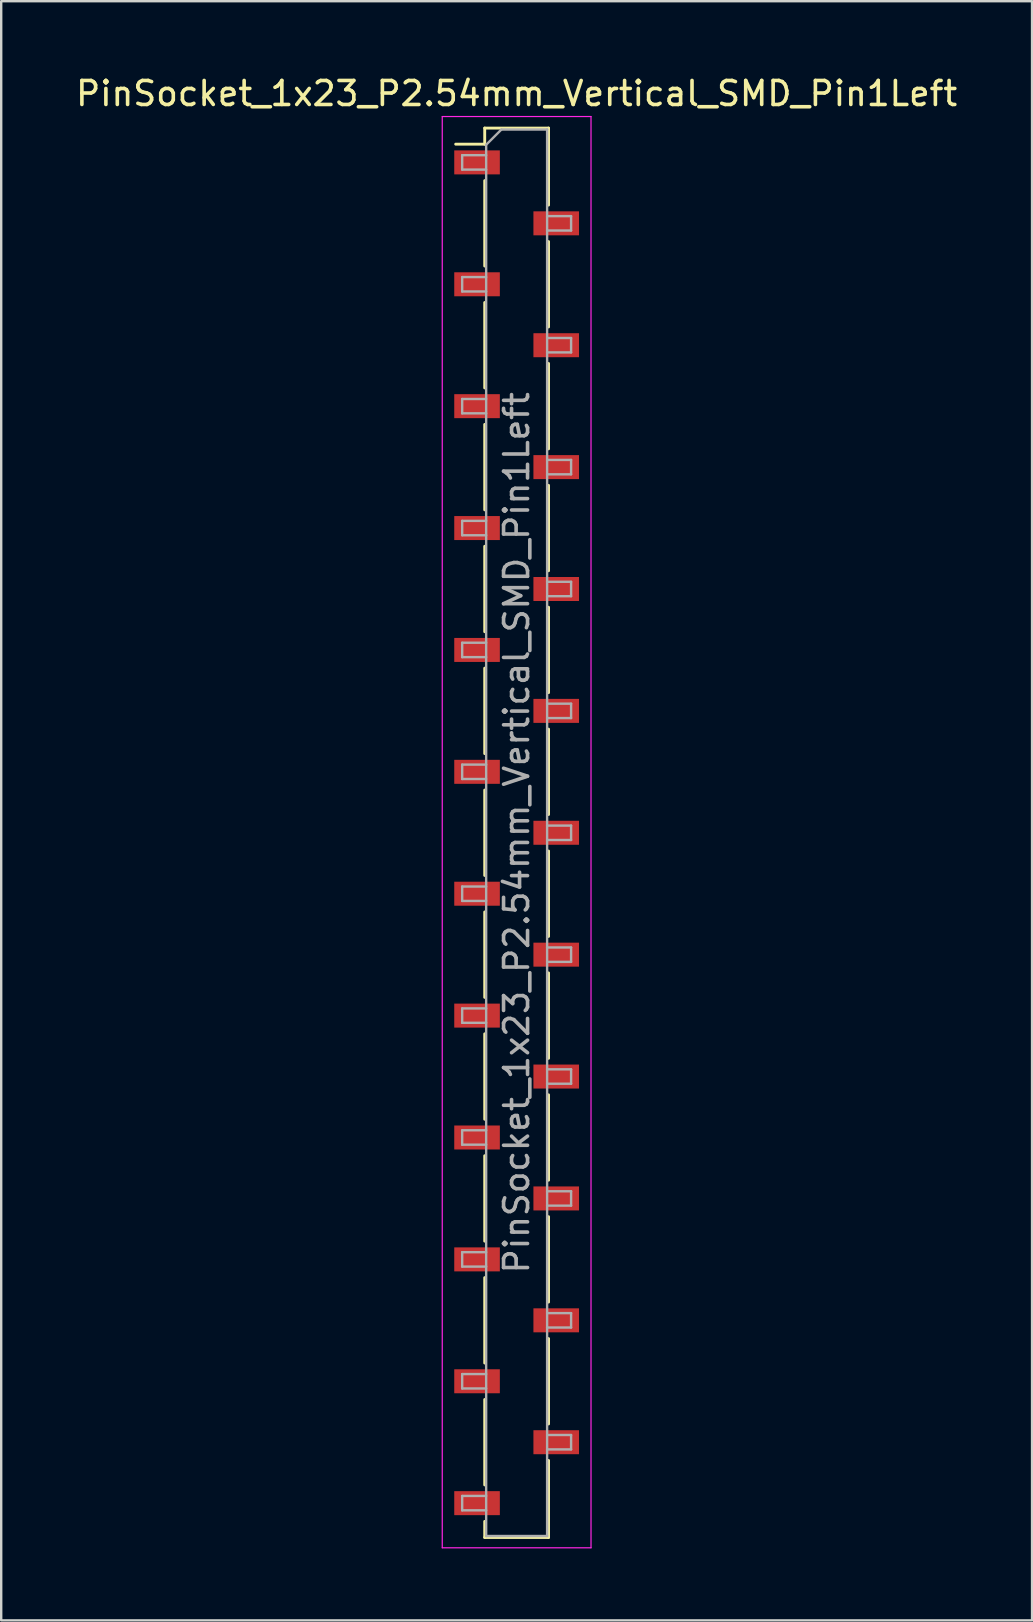
<source format=kicad_pcb>
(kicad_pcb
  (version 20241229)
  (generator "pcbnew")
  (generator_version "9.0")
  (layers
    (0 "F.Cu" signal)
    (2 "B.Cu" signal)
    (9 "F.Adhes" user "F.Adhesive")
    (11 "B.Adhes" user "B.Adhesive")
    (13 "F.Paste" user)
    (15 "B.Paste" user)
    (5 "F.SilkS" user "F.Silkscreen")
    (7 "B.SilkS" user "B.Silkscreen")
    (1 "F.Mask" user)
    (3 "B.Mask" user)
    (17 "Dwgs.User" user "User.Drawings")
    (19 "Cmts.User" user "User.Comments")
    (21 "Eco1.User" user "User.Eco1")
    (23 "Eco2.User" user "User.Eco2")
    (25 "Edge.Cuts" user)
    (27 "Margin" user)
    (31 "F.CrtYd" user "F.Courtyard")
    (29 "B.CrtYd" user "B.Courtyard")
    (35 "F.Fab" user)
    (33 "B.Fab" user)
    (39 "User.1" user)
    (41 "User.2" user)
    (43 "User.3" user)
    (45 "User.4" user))
  (footprint "PinSocket_1x23_P2.54mm_Vertical_SMD_Pin1Left"
    (layer "F.Cu")
    (at 18.482 31.658)
    (property "Reference" "PinSocket_1x23_P2.54mm_Vertical_SMD_Pin1Left" (at 0 -30.81 0) (layer "F.SilkS") (effects (font (size 1 1) (thickness 0.15))))
    (attr smd)
    (fp_line (start -2.54 -28.7) (end -1.33 -28.7) (stroke (width 0.12) (type solid)) (layer "F.SilkS"))
    (fp_line (start -1.33 -29.37) (end -1.33 -28.7) (stroke (width 0.12) (type solid)) (layer "F.SilkS"))
    (fp_line (start -1.33 -29.37) (end 1.33 -29.37) (stroke (width 0.12) (type solid)) (layer "F.SilkS"))
    (fp_line (start -1.33 -27.18) (end -1.33 -23.62) (stroke (width 0.12) (type solid)) (layer "F.SilkS"))
    (fp_line (start -1.33 -22.1) (end -1.33 -18.54) (stroke (width 0.12) (type solid)) (layer "F.SilkS"))
    (fp_line (start -1.33 -17.02) (end -1.33 -13.46) (stroke (width 0.12) (type solid)) (layer "F.SilkS"))
    (fp_line (start -1.33 -11.94) (end -1.33 -8.38) (stroke (width 0.12) (type solid)) (layer "F.SilkS"))
    (fp_line (start -1.33 -6.86) (end -1.33 -3.3) (stroke (width 0.12) (type solid)) (layer "F.SilkS"))
    (fp_line (start -1.33 -1.78) (end -1.33 1.78) (stroke (width 0.12) (type solid)) (layer "F.SilkS"))
    (fp_line (start -1.33 3.3) (end -1.33 6.86) (stroke (width 0.12) (type solid)) (layer "F.SilkS"))
    (fp_line (start -1.33 8.38) (end -1.33 11.94) (stroke (width 0.12) (type solid)) (layer "F.SilkS"))
    (fp_line (start -1.33 13.46) (end -1.33 17.02) (stroke (width 0.12) (type solid)) (layer "F.SilkS"))
    (fp_line (start -1.33 18.54) (end -1.33 22.1) (stroke (width 0.12) (type solid)) (layer "F.SilkS"))
    (fp_line (start -1.33 23.62) (end -1.33 27.18) (stroke (width 0.12) (type solid)) (layer "F.SilkS"))
    (fp_line (start -1.33 28.7) (end -1.33 29.37) (stroke (width 0.12) (type solid)) (layer "F.SilkS"))
    (fp_line (start -1.33 29.37) (end 1.33 29.37) (stroke (width 0.12) (type solid)) (layer "F.SilkS"))
    (fp_line (start 1.33 -29.37) (end 1.33 -26.16) (stroke (width 0.12) (type solid)) (layer "F.SilkS"))
    (fp_line (start 1.33 -24.64) (end 1.33 -21.08) (stroke (width 0.12) (type solid)) (layer "F.SilkS"))
    (fp_line (start 1.33 -19.56) (end 1.33 -16) (stroke (width 0.12) (type solid)) (layer "F.SilkS"))
    (fp_line (start 1.33 -14.48) (end 1.33 -10.92) (stroke (width 0.12) (type solid)) (layer "F.SilkS"))
    (fp_line (start 1.33 -9.4) (end 1.33 -5.84) (stroke (width 0.12) (type solid)) (layer "F.SilkS"))
    (fp_line (start 1.33 -4.32) (end 1.33 -0.76) (stroke (width 0.12) (type solid)) (layer "F.SilkS"))
    (fp_line (start 1.33 0.76) (end 1.33 4.32) (stroke (width 0.12) (type solid)) (layer "F.SilkS"))
    (fp_line (start 1.33 5.84) (end 1.33 9.4) (stroke (width 0.12) (type solid)) (layer "F.SilkS"))
    (fp_line (start 1.33 10.92) (end 1.33 14.48) (stroke (width 0.12) (type solid)) (layer "F.SilkS"))
    (fp_line (start 1.33 16) (end 1.33 19.56) (stroke (width 0.12) (type solid)) (layer "F.SilkS"))
    (fp_line (start 1.33 21.08) (end 1.33 24.64) (stroke (width 0.12) (type solid)) (layer "F.SilkS"))
    (fp_line (start 1.33 26.16) (end 1.33 29.37) (stroke (width 0.12) (type solid)) (layer "F.SilkS"))
    (fp_line (start -3.1 -29.85) (end 3.1 -29.85) (stroke (width 0.05) (type solid)) (layer "F.CrtYd"))
    (fp_line (start -3.1 29.8) (end -3.1 -29.85) (stroke (width 0.05) (type solid)) (layer "F.CrtYd"))
    (fp_line (start 3.1 -29.85) (end 3.1 29.8) (stroke (width 0.05) (type solid)) (layer "F.CrtYd"))
    (fp_line (start 3.1 29.8) (end -3.1 29.8) (stroke (width 0.05) (type solid)) (layer "F.CrtYd"))
    (fp_line (start -2.27 -28.24) (end -1.27 -28.24) (stroke (width 0.1) (type solid)) (layer "F.Fab"))
    (fp_line (start -2.27 -27.64) (end -2.27 -28.24) (stroke (width 0.1) (type solid)) (layer "F.Fab"))
    (fp_line (start -2.27 -23.16) (end -1.27 -23.16) (stroke (width 0.1) (type solid)) (layer "F.Fab"))
    (fp_line (start -2.27 -22.56) (end -2.27 -23.16) (stroke (width 0.1) (type solid)) (layer "F.Fab"))
    (fp_line (start -2.27 -18.08) (end -1.27 -18.08) (stroke (width 0.1) (type solid)) (layer "F.Fab"))
    (fp_line (start -2.27 -17.48) (end -2.27 -18.08) (stroke (width 0.1) (type solid)) (layer "F.Fab"))
    (fp_line (start -2.27 -13) (end -1.27 -13) (stroke (width 0.1) (type solid)) (layer "F.Fab"))
    (fp_line (start -2.27 -12.4) (end -2.27 -13) (stroke (width 0.1) (type solid)) (layer "F.Fab"))
    (fp_line (start -2.27 -7.92) (end -1.27 -7.92) (stroke (width 0.1) (type solid)) (layer "F.Fab"))
    (fp_line (start -2.27 -7.32) (end -2.27 -7.92) (stroke (width 0.1) (type solid)) (layer "F.Fab"))
    (fp_line (start -2.27 -2.84) (end -1.27 -2.84) (stroke (width 0.1) (type solid)) (layer "F.Fab"))
    (fp_line (start -2.27 -2.24) (end -2.27 -2.84) (stroke (width 0.1) (type solid)) (layer "F.Fab"))
    (fp_line (start -2.27 2.24) (end -1.27 2.24) (stroke (width 0.1) (type solid)) (layer "F.Fab"))
    (fp_line (start -2.27 2.84) (end -2.27 2.24) (stroke (width 0.1) (type solid)) (layer "F.Fab"))
    (fp_line (start -2.27 7.32) (end -1.27 7.32) (stroke (width 0.1) (type solid)) (layer "F.Fab"))
    (fp_line (start -2.27 7.92) (end -2.27 7.32) (stroke (width 0.1) (type solid)) (layer "F.Fab"))
    (fp_line (start -2.27 12.4) (end -1.27 12.4) (stroke (width 0.1) (type solid)) (layer "F.Fab"))
    (fp_line (start -2.27 13) (end -2.27 12.4) (stroke (width 0.1) (type solid)) (layer "F.Fab"))
    (fp_line (start -2.27 17.48) (end -1.27 17.48) (stroke (width 0.1) (type solid)) (layer "F.Fab"))
    (fp_line (start -2.27 18.08) (end -2.27 17.48) (stroke (width 0.1) (type solid)) (layer "F.Fab"))
    (fp_line (start -2.27 22.56) (end -1.27 22.56) (stroke (width 0.1) (type solid)) (layer "F.Fab"))
    (fp_line (start -2.27 23.16) (end -2.27 22.56) (stroke (width 0.1) (type solid)) (layer "F.Fab"))
    (fp_line (start -2.27 27.64) (end -1.27 27.64) (stroke (width 0.1) (type solid)) (layer "F.Fab"))
    (fp_line (start -2.27 28.24) (end -2.27 27.64) (stroke (width 0.1) (type solid)) (layer "F.Fab"))
    (fp_line (start -1.27 -28.675) (end -0.635 -29.31) (stroke (width 0.1) (type solid)) (layer "F.Fab"))
    (fp_line (start -1.27 -27.64) (end -2.27 -27.64) (stroke (width 0.1) (type solid)) (layer "F.Fab"))
    (fp_line (start -1.27 -22.56) (end -2.27 -22.56) (stroke (width 0.1) (type solid)) (layer "F.Fab"))
    (fp_line (start -1.27 -17.48) (end -2.27 -17.48) (stroke (width 0.1) (type solid)) (layer "F.Fab"))
    (fp_line (start -1.27 -12.4) (end -2.27 -12.4) (stroke (width 0.1) (type solid)) (layer "F.Fab"))
    (fp_line (start -1.27 -7.32) (end -2.27 -7.32) (stroke (width 0.1) (type solid)) (layer "F.Fab"))
    (fp_line (start -1.27 -2.24) (end -2.27 -2.24) (stroke (width 0.1) (type solid)) (layer "F.Fab"))
    (fp_line (start -1.27 2.84) (end -2.27 2.84) (stroke (width 0.1) (type solid)) (layer "F.Fab"))
    (fp_line (start -1.27 7.92) (end -2.27 7.92) (stroke (width 0.1) (type solid)) (layer "F.Fab"))
    (fp_line (start -1.27 13) (end -2.27 13) (stroke (width 0.1) (type solid)) (layer "F.Fab"))
    (fp_line (start -1.27 18.08) (end -2.27 18.08) (stroke (width 0.1) (type solid)) (layer "F.Fab"))
    (fp_line (start -1.27 23.16) (end -2.27 23.16) (stroke (width 0.1) (type solid)) (layer "F.Fab"))
    (fp_line (start -1.27 28.24) (end -2.27 28.24) (stroke (width 0.1) (type solid)) (layer "F.Fab"))
    (fp_line (start -1.27 29.31) (end -1.27 -28.675) (stroke (width 0.1) (type solid)) (layer "F.Fab"))
    (fp_line (start -0.635 -29.31) (end 1.27 -29.31) (stroke (width 0.1) (type solid)) (layer "F.Fab"))
    (fp_line (start 1.27 -29.31) (end 1.27 29.31) (stroke (width 0.1) (type solid)) (layer "F.Fab"))
    (fp_line (start 1.27 -25.7) (end 2.27 -25.7) (stroke (width 0.1) (type solid)) (layer "F.Fab"))
    (fp_line (start 1.27 -20.62) (end 2.27 -20.62) (stroke (width 0.1) (type solid)) (layer "F.Fab"))
    (fp_line (start 1.27 -15.54) (end 2.27 -15.54) (stroke (width 0.1) (type solid)) (layer "F.Fab"))
    (fp_line (start 1.27 -10.46) (end 2.27 -10.46) (stroke (width 0.1) (type solid)) (layer "F.Fab"))
    (fp_line (start 1.27 -5.38) (end 2.27 -5.38) (stroke (width 0.1) (type solid)) (layer "F.Fab"))
    (fp_line (start 1.27 -0.3) (end 2.27 -0.3) (stroke (width 0.1) (type solid)) (layer "F.Fab"))
    (fp_line (start 1.27 4.78) (end 2.27 4.78) (stroke (width 0.1) (type solid)) (layer "F.Fab"))
    (fp_line (start 1.27 9.86) (end 2.27 9.86) (stroke (width 0.1) (type solid)) (layer "F.Fab"))
    (fp_line (start 1.27 14.94) (end 2.27 14.94) (stroke (width 0.1) (type solid)) (layer "F.Fab"))
    (fp_line (start 1.27 20.02) (end 2.27 20.02) (stroke (width 0.1) (type solid)) (layer "F.Fab"))
    (fp_line (start 1.27 25.1) (end 2.27 25.1) (stroke (width 0.1) (type solid)) (layer "F.Fab"))
    (fp_line (start 1.27 29.31) (end -1.27 29.31) (stroke (width 0.1) (type solid)) (layer "F.Fab"))
    (fp_line (start 2.27 -25.7) (end 2.27 -25.1) (stroke (width 0.1) (type solid)) (layer "F.Fab"))
    (fp_line (start 2.27 -25.1) (end 1.27 -25.1) (stroke (width 0.1) (type solid)) (layer "F.Fab"))
    (fp_line (start 2.27 -20.62) (end 2.27 -20.02) (stroke (width 0.1) (type solid)) (layer "F.Fab"))
    (fp_line (start 2.27 -20.02) (end 1.27 -20.02) (stroke (width 0.1) (type solid)) (layer "F.Fab"))
    (fp_line (start 2.27 -15.54) (end 2.27 -14.94) (stroke (width 0.1) (type solid)) (layer "F.Fab"))
    (fp_line (start 2.27 -14.94) (end 1.27 -14.94) (stroke (width 0.1) (type solid)) (layer "F.Fab"))
    (fp_line (start 2.27 -10.46) (end 2.27 -9.86) (stroke (width 0.1) (type solid)) (layer "F.Fab"))
    (fp_line (start 2.27 -9.86) (end 1.27 -9.86) (stroke (width 0.1) (type solid)) (layer "F.Fab"))
    (fp_line (start 2.27 -5.38) (end 2.27 -4.78) (stroke (width 0.1) (type solid)) (layer "F.Fab"))
    (fp_line (start 2.27 -4.78) (end 1.27 -4.78) (stroke (width 0.1) (type solid)) (layer "F.Fab"))
    (fp_line (start 2.27 -0.3) (end 2.27 0.3) (stroke (width 0.1) (type solid)) (layer "F.Fab"))
    (fp_line (start 2.27 0.3) (end 1.27 0.3) (stroke (width 0.1) (type solid)) (layer "F.Fab"))
    (fp_line (start 2.27 4.78) (end 2.27 5.38) (stroke (width 0.1) (type solid)) (layer "F.Fab"))
    (fp_line (start 2.27 5.38) (end 1.27 5.38) (stroke (width 0.1) (type solid)) (layer "F.Fab"))
    (fp_line (start 2.27 9.86) (end 2.27 10.46) (stroke (width 0.1) (type solid)) (layer "F.Fab"))
    (fp_line (start 2.27 10.46) (end 1.27 10.46) (stroke (width 0.1) (type solid)) (layer "F.Fab"))
    (fp_line (start 2.27 14.94) (end 2.27 15.54) (stroke (width 0.1) (type solid)) (layer "F.Fab"))
    (fp_line (start 2.27 15.54) (end 1.27 15.54) (stroke (width 0.1) (type solid)) (layer "F.Fab"))
    (fp_line (start 2.27 20.02) (end 2.27 20.62) (stroke (width 0.1) (type solid)) (layer "F.Fab"))
    (fp_line (start 2.27 20.62) (end 1.27 20.62) (stroke (width 0.1) (type solid)) (layer "F.Fab"))
    (fp_line (start 2.27 25.1) (end 2.27 25.7) (stroke (width 0.1) (type solid)) (layer "F.Fab"))
    (fp_line (start 2.27 25.7) (end 1.27 25.7) (stroke (width 0.1) (type solid)) (layer "F.Fab"))
    (fp_text user "${REFERENCE}" (at 0 0 90) (layer "F.Fab") (effects (font (size 1 1) (thickness 0.15))))
    (pad "1" smd rect (at -1.65 -27.94) (size 1.9 1) (layers "F.Cu" "F.Mask" "F.Paste"))
    (pad "2" smd rect (at 1.65 -25.4) (size 1.9 1) (layers "F.Cu" "F.Mask" "F.Paste"))
    (pad "3" smd rect (at -1.65 -22.86) (size 1.9 1) (layers "F.Cu" "F.Mask" "F.Paste"))
    (pad "4" smd rect (at 1.65 -20.32) (size 1.9 1) (layers "F.Cu" "F.Mask" "F.Paste"))
    (pad "5" smd rect (at -1.65 -17.78) (size 1.9 1) (layers "F.Cu" "F.Mask" "F.Paste"))
    (pad "6" smd rect (at 1.65 -15.24) (size 1.9 1) (layers "F.Cu" "F.Mask" "F.Paste"))
    (pad "7" smd rect (at -1.65 -12.7) (size 1.9 1) (layers "F.Cu" "F.Mask" "F.Paste"))
    (pad "8" smd rect (at 1.65 -10.16) (size 1.9 1) (layers "F.Cu" "F.Mask" "F.Paste"))
    (pad "9" smd rect (at -1.65 -7.62) (size 1.9 1) (layers "F.Cu" "F.Mask" "F.Paste"))
    (pad "10" smd rect (at 1.65 -5.08) (size 1.9 1) (layers "F.Cu" "F.Mask" "F.Paste"))
    (pad "11" smd rect (at -1.65 -2.54) (size 1.9 1) (layers "F.Cu" "F.Mask" "F.Paste"))
    (pad "12" smd rect (at 1.65 0) (size 1.9 1) (layers "F.Cu" "F.Mask" "F.Paste"))
    (pad "13" smd rect (at -1.65 2.54) (size 1.9 1) (layers "F.Cu" "F.Mask" "F.Paste"))
    (pad "14" smd rect (at 1.65 5.08) (size 1.9 1) (layers "F.Cu" "F.Mask" "F.Paste"))
    (pad "15" smd rect (at -1.65 7.62) (size 1.9 1) (layers "F.Cu" "F.Mask" "F.Paste"))
    (pad "16" smd rect (at 1.65 10.16) (size 1.9 1) (layers "F.Cu" "F.Mask" "F.Paste"))
    (pad "17" smd rect (at -1.65 12.7) (size 1.9 1) (layers "F.Cu" "F.Mask" "F.Paste"))
    (pad "18" smd rect (at 1.65 15.24) (size 1.9 1) (layers "F.Cu" "F.Mask" "F.Paste"))
    (pad "19" smd rect (at -1.65 17.78) (size 1.9 1) (layers "F.Cu" "F.Mask" "F.Paste"))
    (pad "20" smd rect (at 1.65 20.32) (size 1.9 1) (layers "F.Cu" "F.Mask" "F.Paste"))
    (pad "21" smd rect (at -1.65 22.86) (size 1.9 1) (layers "F.Cu" "F.Mask" "F.Paste"))
    (pad "22" smd rect (at 1.65 25.4) (size 1.9 1) (layers "F.Cu" "F.Mask" "F.Paste"))
    (pad "23" smd rect (at -1.65 27.94) (size 1.9 1) (layers "F.Cu" "F.Mask" "F.Paste")))
  (gr_rect
    (start -3 -3)
    (end 39.964 64.483)
    (stroke (width 0.1) (type default))
    (fill no)
    (layer "Edge.Cuts")))
</source>
